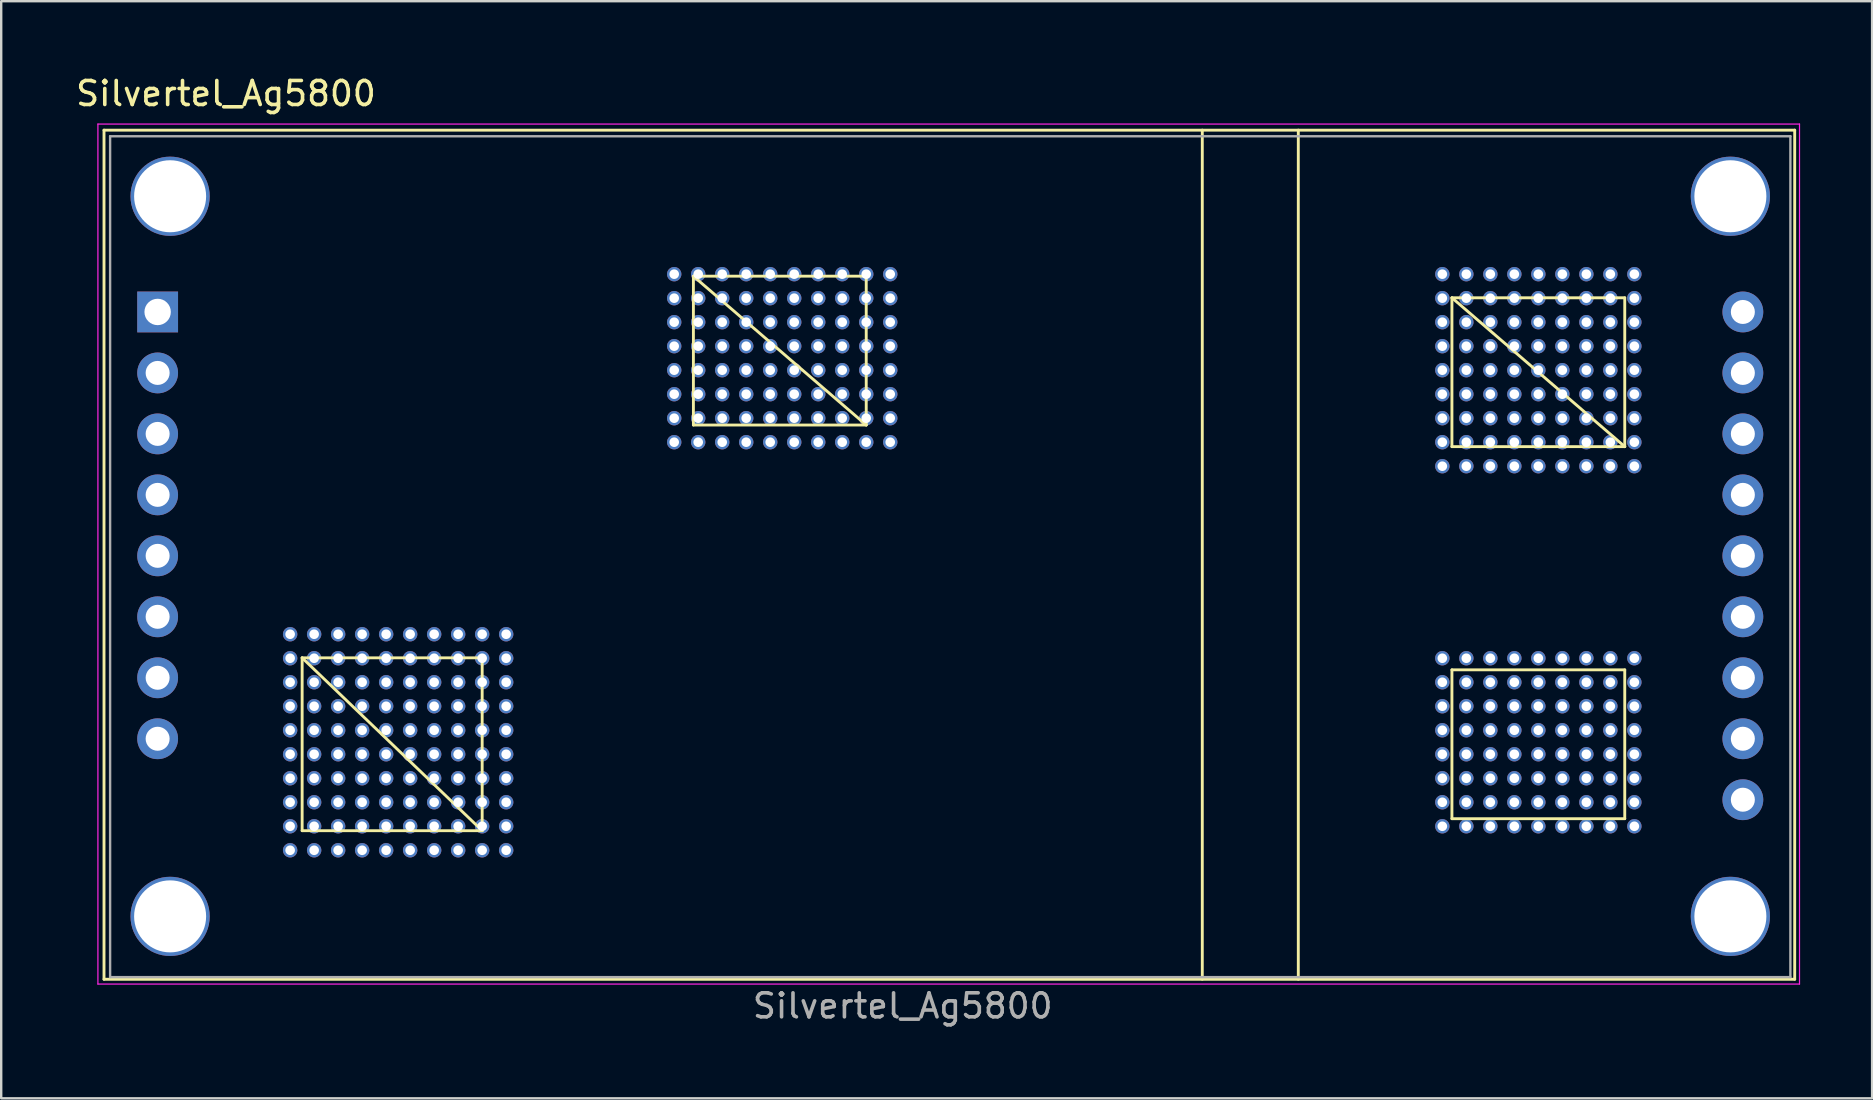
<source format=kicad_pcb>
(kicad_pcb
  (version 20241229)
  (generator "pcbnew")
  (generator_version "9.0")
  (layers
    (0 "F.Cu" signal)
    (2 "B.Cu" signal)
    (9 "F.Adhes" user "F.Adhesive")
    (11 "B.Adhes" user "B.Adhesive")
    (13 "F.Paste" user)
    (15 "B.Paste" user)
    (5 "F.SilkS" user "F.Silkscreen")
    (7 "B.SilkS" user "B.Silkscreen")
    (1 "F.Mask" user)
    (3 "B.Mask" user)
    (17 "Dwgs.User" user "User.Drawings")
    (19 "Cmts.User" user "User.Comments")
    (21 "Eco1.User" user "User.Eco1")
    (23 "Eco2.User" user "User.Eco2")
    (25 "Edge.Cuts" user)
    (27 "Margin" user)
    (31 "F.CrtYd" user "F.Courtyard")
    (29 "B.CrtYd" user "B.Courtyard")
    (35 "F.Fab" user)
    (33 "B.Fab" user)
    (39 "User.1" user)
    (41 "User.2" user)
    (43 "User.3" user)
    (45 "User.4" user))
  (footprint "Silvertel_Ag5800"
    (layer "F.Cu")
    (at 1.537 2.626)
    (property "Reference" "Silvertel_Ag5800" (at 4.826 -1.778 0) (layer "F.SilkS") (effects (font (size 1 1) (thickness 0.15))))
    (attr through_hole)
    (fp_line (start -0.254 -0.254) (end -0.254 35.12) (stroke (width 0.12) (type solid)) (layer "F.SilkS"))
    (fp_line (start -0.254 -0.254) (end 70.18 -0.254) (stroke (width 0.12) (type solid)) (layer "F.SilkS"))
    (fp_line (start -0.254 35.12) (end 70.18 35.12) (stroke (width 0.12) (type solid)) (layer "F.SilkS"))
    (fp_line (start 8 21.73) (end 15.5 21.73) (stroke (width 0.12) (type solid)) (layer "F.SilkS"))
    (fp_line (start 8 21.73) (end 15.5 28.93) (stroke (width 0.12) (type solid)) (layer "F.SilkS"))
    (fp_line (start 8 28.93) (end 8 21.73) (stroke (width 0.12) (type solid)) (layer "F.SilkS"))
    (fp_line (start 15.5 28.93) (end 8 28.93) (stroke (width 0.12) (type solid)) (layer "F.SilkS"))
    (fp_line (start 15.5 28.93) (end 15.5 21.73) (stroke (width 0.12) (type solid)) (layer "F.SilkS"))
    (fp_line (start 24.3 5.83) (end 31.5 5.83) (stroke (width 0.12) (type solid)) (layer "F.SilkS"))
    (fp_line (start 24.3 5.83) (end 31.5 12.03) (stroke (width 0.12) (type solid)) (layer "F.SilkS"))
    (fp_line (start 24.3 12.03) (end 24.3 5.83) (stroke (width 0.12) (type solid)) (layer "F.SilkS"))
    (fp_line (start 24.3 12.03) (end 31.5 12.03) (stroke (width 0.12) (type solid)) (layer "F.SilkS"))
    (fp_line (start 31.5 12.03) (end 31.5 5.83) (stroke (width 0.12) (type solid)) (layer "F.SilkS"))
    (fp_line (start 45.5 -0.254) (end 45.5 35.12) (stroke (width 0.12) (type solid)) (layer "F.SilkS"))
    (fp_line (start 49.5 -0.254) (end 49.5 35.12) (stroke (width 0.12) (type solid)) (layer "F.SilkS"))
    (fp_line (start 55.9 6.73) (end 63.1 6.73) (stroke (width 0.12) (type solid)) (layer "F.SilkS"))
    (fp_line (start 55.9 6.73) (end 63.1 12.93) (stroke (width 0.12) (type solid)) (layer "F.SilkS"))
    (fp_line (start 55.9 12.93) (end 55.9 6.73) (stroke (width 0.12) (type solid)) (layer "F.SilkS"))
    (fp_line (start 55.9 22.23) (end 63.1 22.23) (stroke (width 0.12) (type solid)) (layer "F.SilkS"))
    (fp_line (start 55.9 28.43) (end 55.9 22.23) (stroke (width 0.12) (type solid)) (layer "F.SilkS"))
    (fp_line (start 63.1 6.73) (end 63.1 12.93) (stroke (width 0.12) (type solid)) (layer "F.SilkS"))
    (fp_line (start 63.1 12.93) (end 55.9 12.93) (stroke (width 0.12) (type solid)) (layer "F.SilkS"))
    (fp_line (start 63.1 22.23) (end 63.1 28.43) (stroke (width 0.12) (type solid)) (layer "F.SilkS"))
    (fp_line (start 63.1 28.43) (end 55.9 28.43) (stroke (width 0.12) (type solid)) (layer "F.SilkS"))
    (fp_line (start 70.18 -0.254) (end 70.18 35.12) (stroke (width 0.12) (type solid)) (layer "F.SilkS"))
    (fp_line (start -0.508 -0.508) (end -0.508 35.32) (stroke (width 0.05) (type solid)) (layer "F.CrtYd"))
    (fp_line (start -0.508 -0.508) (end 70.38 -0.508) (stroke (width 0.05) (type solid)) (layer "F.CrtYd"))
    (fp_line (start -0.508 35.32) (end 70.38 35.32) (stroke (width 0.05) (type solid)) (layer "F.CrtYd"))
    (fp_line (start 70.38 -0.508) (end 70.38 35.32) (stroke (width 0.05) (type solid)) (layer "F.CrtYd"))
    (fp_line (start 0 35.03) (end 0 0) (stroke (width 0.1) (type solid)) (layer "F.Fab"))
    (fp_line (start 70 0) (end 0 0) (stroke (width 0.1) (type solid)) (layer "F.Fab"))
    (fp_line (start 70 0) (end 70 35.03) (stroke (width 0.1) (type solid)) (layer "F.Fab"))
    (fp_line (start 70 35.03) (end 0 35.03) (stroke (width 0.1) (type solid)) (layer "F.Fab"))
    (fp_text user "${REFERENCE}" (at 33.02 36.23 0) (layer "F.Fab") (effects (font (size 1 1) (thickness 0.15))))
    (pad "" np_thru_hole circle (at 2.5 2.5) (size 3.3 3.3) (drill 3) (layers "*.Cu" "*.Mask"))
    (pad "" np_thru_hole circle (at 2.5 32.5) (size 3.3 3.3) (drill 3) (layers "*.Cu" "*.Mask"))
    (pad "" np_thru_hole circle (at 67.5 2.5) (size 3.3 3.3) (drill 3) (layers "*.Cu" "*.Mask"))
    (pad "" np_thru_hole circle (at 67.5 32.5) (size 3.3 3.3) (drill 3) (layers "*.Cu" "*.Mask"))
    (pad "1" thru_hole rect (at 1.98 7.32) (size 1.7 1.7) (drill 1.1) (layers "*.Cu" "*.Mask"))
    (pad "2" thru_hole circle (at 1.98 9.86) (size 1.7 1.7) (drill 1) (layers "*.Cu" "*.Mask"))
    (pad "3" thru_hole circle (at 1.98 12.4) (size 1.7 1.7) (drill 1) (layers "*.Cu" "*.Mask"))
    (pad "4" thru_hole circle (at 1.98 14.94) (size 1.7 1.7) (drill 1) (layers "*.Cu" "*.Mask"))
    (pad "5" thru_hole circle (at 1.98 17.48) (size 1.7 1.7) (drill 1) (layers "*.Cu" "*.Mask"))
    (pad "6" thru_hole circle (at 1.98 20.02) (size 1.7 1.7) (drill 1) (layers "*.Cu" "*.Mask"))
    (pad "7" thru_hole circle (at 1.98 22.56) (size 1.7 1.7) (drill 1) (layers "*.Cu" "*.Mask"))
    (pad "8" thru_hole circle (at 1.98 25.1) (size 1.7 1.7) (drill 1) (layers "*.Cu" "*.Mask"))
    (pad "9" thru_hole circle (at 68.02 27.64) (size 1.7 1.7) (drill 1) (layers "*.Cu" "*.Mask"))
    (pad "10" thru_hole circle (at 68.02 25.1) (size 1.7 1.7) (drill 1) (layers "*.Cu" "*.Mask"))
    (pad "11" thru_hole circle (at 68.02 22.56) (size 1.7 1.7) (drill 1) (layers "*.Cu" "*.Mask"))
    (pad "12" thru_hole circle (at 68.02 20.02) (size 1.7 1.7) (drill 1) (layers "*.Cu" "*.Mask"))
    (pad "13" thru_hole circle (at 68.02 17.48) (size 1.7 1.7) (drill 1) (layers "*.Cu" "*.Mask"))
    (pad "14" thru_hole circle (at 68.02 14.94) (size 1.7 1.7) (drill 1) (layers "*.Cu" "*.Mask"))
    (pad "15" thru_hole circle (at 68.02 12.4) (size 1.7 1.7) (drill 1) (layers "*.Cu" "*.Mask"))
    (pad "16" thru_hole circle (at 68.02 9.86) (size 1.7 1.7) (drill 1) (layers "*.Cu" "*.Mask"))
    (pad "17" thru_hole circle (at 68.02 7.32) (size 1.7 1.7) (drill 1) (layers "*.Cu" "*.Mask"))
    (pad "HSI" thru_hole circle (at 7.5 20.746) (size 0.6 0.6) (drill 0.4) (layers "*.Cu" "*.Mask"))
    (pad "HSI" thru_hole circle (at 7.5 21.746) (size 0.6 0.6) (drill 0.4) (layers "*.Cu" "*.Mask"))
    (pad "HSI" thru_hole circle (at 7.5 22.746) (size 0.6 0.6) (drill 0.4) (layers "*.Cu" "*.Mask"))
    (pad "HSI" thru_hole circle (at 7.5 23.746) (size 0.6 0.6) (drill 0.4) (layers "*.Cu" "*.Mask"))
    (pad "HSI" thru_hole circle (at 7.5 24.746) (size 0.6 0.6) (drill 0.4) (layers "*.Cu" "*.Mask"))
    (pad "HSI" thru_hole circle (at 7.5 25.746) (size 0.6 0.6) (drill 0.4) (layers "*.Cu" "*.Mask"))
    (pad "HSI" thru_hole circle (at 7.5 26.746) (size 0.6 0.6) (drill 0.4) (layers "*.Cu" "*.Mask"))
    (pad "HSI" thru_hole circle (at 7.5 27.746) (size 0.6 0.6) (drill 0.4) (layers "*.Cu" "*.Mask"))
    (pad "HSI" thru_hole circle (at 7.5 28.746) (size 0.6 0.6) (drill 0.4) (layers "*.Cu" "*.Mask"))
    (pad "HSI" thru_hole circle (at 7.5 29.746) (size 0.6 0.6) (drill 0.4) (layers "*.Cu" "*.Mask"))
    (pad "HSI" thru_hole circle (at 8.5 20.746) (size 0.6 0.6) (drill 0.4) (layers "*.Cu" "*.Mask"))
    (pad "HSI" thru_hole circle (at 8.5 21.746) (size 0.6 0.6) (drill 0.4) (layers "*.Cu" "*.Mask"))
    (pad "HSI" thru_hole circle (at 8.5 22.746) (size 0.6 0.6) (drill 0.4) (layers "*.Cu" "*.Mask"))
    (pad "HSI" thru_hole circle (at 8.5 23.746) (size 0.6 0.6) (drill 0.4) (layers "*.Cu" "*.Mask"))
    (pad "HSI" thru_hole circle (at 8.5 24.746) (size 0.6 0.6) (drill 0.4) (layers "*.Cu" "*.Mask"))
    (pad "HSI" thru_hole circle (at 8.5 25.746) (size 0.6 0.6) (drill 0.4) (layers "*.Cu" "*.Mask"))
    (pad "HSI" thru_hole circle (at 8.5 26.746) (size 0.6 0.6) (drill 0.4) (layers "*.Cu" "*.Mask"))
    (pad "HSI" thru_hole circle (at 8.5 27.746) (size 0.6 0.6) (drill 0.4) (layers "*.Cu" "*.Mask"))
    (pad "HSI" thru_hole circle (at 8.5 28.746) (size 0.6 0.6) (drill 0.4) (layers "*.Cu" "*.Mask"))
    (pad "HSI" thru_hole circle (at 8.5 29.746) (size 0.6 0.6) (drill 0.4) (layers "*.Cu" "*.Mask"))
    (pad "HSI" thru_hole circle (at 9.5 20.746) (size 0.6 0.6) (drill 0.4) (layers "*.Cu" "*.Mask"))
    (pad "HSI" thru_hole circle (at 9.5 21.746) (size 0.6 0.6) (drill 0.4) (layers "*.Cu" "*.Mask"))
    (pad "HSI" thru_hole circle (at 9.5 22.746) (size 0.6 0.6) (drill 0.4) (layers "*.Cu" "*.Mask"))
    (pad "HSI" thru_hole circle (at 9.5 23.746) (size 0.6 0.6) (drill 0.4) (layers "*.Cu" "*.Mask"))
    (pad "HSI" thru_hole circle (at 9.5 24.746) (size 0.6 0.6) (drill 0.4) (layers "*.Cu" "*.Mask"))
    (pad "HSI" thru_hole circle (at 9.5 25.746) (size 0.6 0.6) (drill 0.4) (layers "*.Cu" "*.Mask"))
    (pad "HSI" thru_hole circle (at 9.5 26.746) (size 0.6 0.6) (drill 0.4) (layers "*.Cu" "*.Mask"))
    (pad "HSI" thru_hole circle (at 9.5 27.746) (size 0.6 0.6) (drill 0.4) (layers "*.Cu" "*.Mask"))
    (pad "HSI" thru_hole circle (at 9.5 28.746) (size 0.6 0.6) (drill 0.4) (layers "*.Cu" "*.Mask"))
    (pad "HSI" thru_hole circle (at 9.5 29.746) (size 0.6 0.6) (drill 0.4) (layers "*.Cu" "*.Mask"))
    (pad "HSI" thru_hole circle (at 10.5 20.746) (size 0.6 0.6) (drill 0.4) (layers "*.Cu" "*.Mask"))
    (pad "HSI" thru_hole circle (at 10.5 21.746) (size 0.6 0.6) (drill 0.4) (layers "*.Cu" "*.Mask"))
    (pad "HSI" thru_hole circle (at 10.5 22.746) (size 0.6 0.6) (drill 0.4) (layers "*.Cu" "*.Mask"))
    (pad "HSI" thru_hole circle (at 10.5 23.746) (size 0.6 0.6) (drill 0.4) (layers "*.Cu" "*.Mask"))
    (pad "HSI" thru_hole circle (at 10.5 24.746) (size 0.6 0.6) (drill 0.4) (layers "*.Cu" "*.Mask"))
    (pad "HSI" thru_hole circle (at 10.5 25.746) (size 0.6 0.6) (drill 0.4) (layers "*.Cu" "*.Mask"))
    (pad "HSI" thru_hole circle (at 10.5 26.746) (size 0.6 0.6) (drill 0.4) (layers "*.Cu" "*.Mask"))
    (pad "HSI" thru_hole circle (at 10.5 27.746) (size 0.6 0.6) (drill 0.4) (layers "*.Cu" "*.Mask"))
    (pad "HSI" thru_hole circle (at 10.5 28.746) (size 0.6 0.6) (drill 0.4) (layers "*.Cu" "*.Mask"))
    (pad "HSI" thru_hole circle (at 10.5 29.746) (size 0.6 0.6) (drill 0.4) (layers "*.Cu" "*.Mask"))
    (pad "HSI" thru_hole circle (at 11.5 20.746) (size 0.6 0.6) (drill 0.4) (layers "*.Cu" "*.Mask"))
    (pad "HSI" thru_hole circle (at 11.5 21.746) (size 0.6 0.6) (drill 0.4) (layers "*.Cu" "*.Mask"))
    (pad "HSI" thru_hole circle (at 11.5 22.746) (size 0.6 0.6) (drill 0.4) (layers "*.Cu" "*.Mask"))
    (pad "HSI" thru_hole circle (at 11.5 23.746) (size 0.6 0.6) (drill 0.4) (layers "*.Cu" "*.Mask"))
    (pad "HSI" thru_hole circle (at 11.5 24.746) (size 0.6 0.6) (drill 0.4) (layers "*.Cu" "*.Mask"))
    (pad "HSI" thru_hole circle (at 11.5 25.746) (size 0.6 0.6) (drill 0.4) (layers "*.Cu" "*.Mask"))
    (pad "HSI" thru_hole circle (at 11.5 26.746) (size 0.6 0.6) (drill 0.4) (layers "*.Cu" "*.Mask"))
    (pad "HSI" thru_hole circle (at 11.5 27.746) (size 0.6 0.6) (drill 0.4) (layers "*.Cu" "*.Mask"))
    (pad "HSI" thru_hole circle (at 11.5 28.746) (size 0.6 0.6) (drill 0.4) (layers "*.Cu" "*.Mask"))
    (pad "HSI" thru_hole circle (at 11.5 29.746) (size 0.6 0.6) (drill 0.4) (layers "*.Cu" "*.Mask"))
    (pad "HSI" thru_hole circle (at 12.5 20.746) (size 0.6 0.6) (drill 0.4) (layers "*.Cu" "*.Mask"))
    (pad "HSI" thru_hole circle (at 12.5 21.746) (size 0.6 0.6) (drill 0.4) (layers "*.Cu" "*.Mask"))
    (pad "HSI" thru_hole circle (at 12.5 22.746) (size 0.6 0.6) (drill 0.4) (layers "*.Cu" "*.Mask"))
    (pad "HSI" thru_hole circle (at 12.5 23.746) (size 0.6 0.6) (drill 0.4) (layers "*.Cu" "*.Mask"))
    (pad "HSI" thru_hole circle (at 12.5 24.746) (size 0.6 0.6) (drill 0.4) (layers "*.Cu" "*.Mask"))
    (pad "HSI" thru_hole circle (at 12.5 25.746) (size 0.6 0.6) (drill 0.4) (layers "*.Cu" "*.Mask"))
    (pad "HSI" thru_hole circle (at 12.5 26.746) (size 0.6 0.6) (drill 0.4) (layers "*.Cu" "*.Mask"))
    (pad "HSI" thru_hole circle (at 12.5 27.746) (size 0.6 0.6) (drill 0.4) (layers "*.Cu" "*.Mask"))
    (pad "HSI" thru_hole circle (at 12.5 28.746) (size 0.6 0.6) (drill 0.4) (layers "*.Cu" "*.Mask"))
    (pad "HSI" thru_hole circle (at 12.5 29.746) (size 0.6 0.6) (drill 0.4) (layers "*.Cu" "*.Mask"))
    (pad "HSI" thru_hole circle (at 13.5 20.746) (size 0.6 0.6) (drill 0.4) (layers "*.Cu" "*.Mask"))
    (pad "HSI" thru_hole circle (at 13.5 21.746) (size 0.6 0.6) (drill 0.4) (layers "*.Cu" "*.Mask"))
    (pad "HSI" thru_hole circle (at 13.5 22.746) (size 0.6 0.6) (drill 0.4) (layers "*.Cu" "*.Mask"))
    (pad "HSI" thru_hole circle (at 13.5 23.746) (size 0.6 0.6) (drill 0.4) (layers "*.Cu" "*.Mask"))
    (pad "HSI" thru_hole circle (at 13.5 24.746) (size 0.6 0.6) (drill 0.4) (layers "*.Cu" "*.Mask"))
    (pad "HSI" thru_hole circle (at 13.5 25.746) (size 0.6 0.6) (drill 0.4) (layers "*.Cu" "*.Mask"))
    (pad "HSI" thru_hole circle (at 13.5 26.746) (size 0.6 0.6) (drill 0.4) (layers "*.Cu" "*.Mask"))
    (pad "HSI" thru_hole circle (at 13.5 27.746) (size 0.6 0.6) (drill 0.4) (layers "*.Cu" "*.Mask"))
    (pad "HSI" thru_hole circle (at 13.5 28.746) (size 0.6 0.6) (drill 0.4) (layers "*.Cu" "*.Mask"))
    (pad "HSI" thru_hole circle (at 13.5 29.746) (size 0.6 0.6) (drill 0.4) (layers "*.Cu" "*.Mask"))
    (pad "HSI" thru_hole circle (at 14.5 20.746) (size 0.6 0.6) (drill 0.4) (layers "*.Cu" "*.Mask"))
    (pad "HSI" thru_hole circle (at 14.5 21.746) (size 0.6 0.6) (drill 0.4) (layers "*.Cu" "*.Mask"))
    (pad "HSI" thru_hole circle (at 14.5 22.746) (size 0.6 0.6) (drill 0.4) (layers "*.Cu" "*.Mask"))
    (pad "HSI" thru_hole circle (at 14.5 23.746) (size 0.6 0.6) (drill 0.4) (layers "*.Cu" "*.Mask"))
    (pad "HSI" thru_hole circle (at 14.5 24.746) (size 0.6 0.6) (drill 0.4) (layers "*.Cu" "*.Mask"))
    (pad "HSI" thru_hole circle (at 14.5 25.746) (size 0.6 0.6) (drill 0.4) (layers "*.Cu" "*.Mask"))
    (pad "HSI" thru_hole circle (at 14.5 26.746) (size 0.6 0.6) (drill 0.4) (layers "*.Cu" "*.Mask"))
    (pad "HSI" thru_hole circle (at 14.5 27.746) (size 0.6 0.6) (drill 0.4) (layers "*.Cu" "*.Mask"))
    (pad "HSI" thru_hole circle (at 14.5 28.746) (size 0.6 0.6) (drill 0.4) (layers "*.Cu" "*.Mask"))
    (pad "HSI" thru_hole circle (at 14.5 29.746) (size 0.6 0.6) (drill 0.4) (layers "*.Cu" "*.Mask"))
    (pad "HSI" thru_hole circle (at 15.5 20.746) (size 0.6 0.6) (drill 0.4) (layers "*.Cu" "*.Mask"))
    (pad "HSI" thru_hole circle (at 15.5 21.746) (size 0.6 0.6) (drill 0.4) (layers "*.Cu" "*.Mask"))
    (pad "HSI" thru_hole circle (at 15.5 22.746) (size 0.6 0.6) (drill 0.4) (layers "*.Cu" "*.Mask"))
    (pad "HSI" thru_hole circle (at 15.5 23.746) (size 0.6 0.6) (drill 0.4) (layers "*.Cu" "*.Mask"))
    (pad "HSI" thru_hole circle (at 15.5 24.746) (size 0.6 0.6) (drill 0.4) (layers "*.Cu" "*.Mask"))
    (pad "HSI" thru_hole circle (at 15.5 25.746) (size 0.6 0.6) (drill 0.4) (layers "*.Cu" "*.Mask"))
    (pad "HSI" thru_hole circle (at 15.5 26.746) (size 0.6 0.6) (drill 0.4) (layers "*.Cu" "*.Mask"))
    (pad "HSI" thru_hole circle (at 15.5 27.746) (size 0.6 0.6) (drill 0.4) (layers "*.Cu" "*.Mask"))
    (pad "HSI" thru_hole circle (at 15.5 28.746) (size 0.6 0.6) (drill 0.4) (layers "*.Cu" "*.Mask"))
    (pad "HSI" thru_hole circle (at 15.5 29.746) (size 0.6 0.6) (drill 0.4) (layers "*.Cu" "*.Mask"))
    (pad "HSI" thru_hole circle (at 16.5 20.746) (size 0.6 0.6) (drill 0.4) (layers "*.Cu" "*.Mask"))
    (pad "HSI" thru_hole circle (at 16.5 21.746) (size 0.6 0.6) (drill 0.4) (layers "*.Cu" "*.Mask"))
    (pad "HSI" thru_hole circle (at 16.5 22.746) (size 0.6 0.6) (drill 0.4) (layers "*.Cu" "*.Mask"))
    (pad "HSI" thru_hole circle (at 16.5 23.746) (size 0.6 0.6) (drill 0.4) (layers "*.Cu" "*.Mask"))
    (pad "HSI" thru_hole circle (at 16.5 24.746) (size 0.6 0.6) (drill 0.4) (layers "*.Cu" "*.Mask"))
    (pad "HSI" thru_hole circle (at 16.5 25.746) (size 0.6 0.6) (drill 0.4) (layers "*.Cu" "*.Mask"))
    (pad "HSI" thru_hole circle (at 16.5 26.746) (size 0.6 0.6) (drill 0.4) (layers "*.Cu" "*.Mask"))
    (pad "HSI" thru_hole circle (at 16.5 27.746) (size 0.6 0.6) (drill 0.4) (layers "*.Cu" "*.Mask"))
    (pad "HSI" thru_hole circle (at 16.5 28.746) (size 0.6 0.6) (drill 0.4) (layers "*.Cu" "*.Mask"))
    (pad "HSI" thru_hole circle (at 16.5 29.746) (size 0.6 0.6) (drill 0.4) (layers "*.Cu" "*.Mask"))
    (pad "HSI" thru_hole circle (at 23.5 5.746) (size 0.6 0.6) (drill 0.4) (layers "*.Cu" "*.Mask"))
    (pad "HSI" thru_hole circle (at 23.5 6.746) (size 0.6 0.6) (drill 0.4) (layers "*.Cu" "*.Mask"))
    (pad "HSI" thru_hole circle (at 23.5 7.746) (size 0.6 0.6) (drill 0.4) (layers "*.Cu" "*.Mask"))
    (pad "HSI" thru_hole circle (at 23.5 8.746) (size 0.6 0.6) (drill 0.4) (layers "*.Cu" "*.Mask"))
    (pad "HSI" thru_hole circle (at 23.5 9.746) (size 0.6 0.6) (drill 0.4) (layers "*.Cu" "*.Mask"))
    (pad "HSI" thru_hole circle (at 23.5 10.746) (size 0.6 0.6) (drill 0.4) (layers "*.Cu" "*.Mask"))
    (pad "HSI" thru_hole circle (at 23.5 11.746) (size 0.6 0.6) (drill 0.4) (layers "*.Cu" "*.Mask"))
    (pad "HSI" thru_hole circle (at 23.5 12.746) (size 0.6 0.6) (drill 0.4) (layers "*.Cu" "*.Mask"))
    (pad "HSI" thru_hole circle (at 24.5 5.746) (size 0.6 0.6) (drill 0.4) (layers "*.Cu" "*.Mask"))
    (pad "HSI" thru_hole circle (at 24.5 6.746) (size 0.6 0.6) (drill 0.4) (layers "*.Cu" "*.Mask"))
    (pad "HSI" thru_hole circle (at 24.5 7.746) (size 0.6 0.6) (drill 0.4) (layers "*.Cu" "*.Mask"))
    (pad "HSI" thru_hole circle (at 24.5 8.746) (size 0.6 0.6) (drill 0.4) (layers "*.Cu" "*.Mask"))
    (pad "HSI" thru_hole circle (at 24.5 9.746) (size 0.6 0.6) (drill 0.4) (layers "*.Cu" "*.Mask"))
    (pad "HSI" thru_hole circle (at 24.5 10.746) (size 0.6 0.6) (drill 0.4) (layers "*.Cu" "*.Mask"))
    (pad "HSI" thru_hole circle (at 24.5 11.746) (size 0.6 0.6) (drill 0.4) (layers "*.Cu" "*.Mask"))
    (pad "HSI" thru_hole circle (at 24.5 12.746) (size 0.6 0.6) (drill 0.4) (layers "*.Cu" "*.Mask"))
    (pad "HSI" thru_hole circle (at 25.5 5.746) (size 0.6 0.6) (drill 0.4) (layers "*.Cu" "*.Mask"))
    (pad "HSI" thru_hole circle (at 25.5 6.746) (size 0.6 0.6) (drill 0.4) (layers "*.Cu" "*.Mask"))
    (pad "HSI" thru_hole circle (at 25.5 7.746) (size 0.6 0.6) (drill 0.4) (layers "*.Cu" "*.Mask"))
    (pad "HSI" thru_hole circle (at 25.5 8.746) (size 0.6 0.6) (drill 0.4) (layers "*.Cu" "*.Mask"))
    (pad "HSI" thru_hole circle (at 25.5 9.746) (size 0.6 0.6) (drill 0.4) (layers "*.Cu" "*.Mask"))
    (pad "HSI" thru_hole circle (at 25.5 10.746) (size 0.6 0.6) (drill 0.4) (layers "*.Cu" "*.Mask"))
    (pad "HSI" thru_hole circle (at 25.5 11.746) (size 0.6 0.6) (drill 0.4) (layers "*.Cu" "*.Mask"))
    (pad "HSI" thru_hole circle (at 25.5 12.746) (size 0.6 0.6) (drill 0.4) (layers "*.Cu" "*.Mask"))
    (pad "HSI" thru_hole circle (at 26.5 5.746) (size 0.6 0.6) (drill 0.4) (layers "*.Cu" "*.Mask"))
    (pad "HSI" thru_hole circle (at 26.5 6.746) (size 0.6 0.6) (drill 0.4) (layers "*.Cu" "*.Mask"))
    (pad "HSI" thru_hole circle (at 26.5 7.746) (size 0.6 0.6) (drill 0.4) (layers "*.Cu" "*.Mask"))
    (pad "HSI" thru_hole circle (at 26.5 8.746) (size 0.6 0.6) (drill 0.4) (layers "*.Cu" "*.Mask"))
    (pad "HSI" thru_hole circle (at 26.5 9.746) (size 0.6 0.6) (drill 0.4) (layers "*.Cu" "*.Mask"))
    (pad "HSI" thru_hole circle (at 26.5 10.746) (size 0.6 0.6) (drill 0.4) (layers "*.Cu" "*.Mask"))
    (pad "HSI" thru_hole circle (at 26.5 11.746) (size 0.6 0.6) (drill 0.4) (layers "*.Cu" "*.Mask"))
    (pad "HSI" thru_hole circle (at 26.5 12.746) (size 0.6 0.6) (drill 0.4) (layers "*.Cu" "*.Mask"))
    (pad "HSI" thru_hole circle (at 27.5 5.746) (size 0.6 0.6) (drill 0.4) (layers "*.Cu" "*.Mask"))
    (pad "HSI" thru_hole circle (at 27.5 6.746) (size 0.6 0.6) (drill 0.4) (layers "*.Cu" "*.Mask"))
    (pad "HSI" thru_hole circle (at 27.5 7.746) (size 0.6 0.6) (drill 0.4) (layers "*.Cu" "*.Mask"))
    (pad "HSI" thru_hole circle (at 27.5 8.746) (size 0.6 0.6) (drill 0.4) (layers "*.Cu" "*.Mask"))
    (pad "HSI" thru_hole circle (at 27.5 9.746) (size 0.6 0.6) (drill 0.4) (layers "*.Cu" "*.Mask"))
    (pad "HSI" thru_hole circle (at 27.5 10.746) (size 0.6 0.6) (drill 0.4) (layers "*.Cu" "*.Mask"))
    (pad "HSI" thru_hole circle (at 27.5 11.746) (size 0.6 0.6) (drill 0.4) (layers "*.Cu" "*.Mask"))
    (pad "HSI" thru_hole circle (at 27.5 12.746) (size 0.6 0.6) (drill 0.4) (layers "*.Cu" "*.Mask"))
    (pad "HSI" thru_hole circle (at 28.5 5.746) (size 0.6 0.6) (drill 0.4) (layers "*.Cu" "*.Mask"))
    (pad "HSI" thru_hole circle (at 28.5 6.746) (size 0.6 0.6) (drill 0.4) (layers "*.Cu" "*.Mask"))
    (pad "HSI" thru_hole circle (at 28.5 7.746) (size 0.6 0.6) (drill 0.4) (layers "*.Cu" "*.Mask"))
    (pad "HSI" thru_hole circle (at 28.5 8.746) (size 0.6 0.6) (drill 0.4) (layers "*.Cu" "*.Mask"))
    (pad "HSI" thru_hole circle (at 28.5 9.746) (size 0.6 0.6) (drill 0.4) (layers "*.Cu" "*.Mask"))
    (pad "HSI" thru_hole circle (at 28.5 10.746) (size 0.6 0.6) (drill 0.4) (layers "*.Cu" "*.Mask"))
    (pad "HSI" thru_hole circle (at 28.5 11.746) (size 0.6 0.6) (drill 0.4) (layers "*.Cu" "*.Mask"))
    (pad "HSI" thru_hole circle (at 28.5 12.746) (size 0.6 0.6) (drill 0.4) (layers "*.Cu" "*.Mask"))
    (pad "HSI" thru_hole circle (at 29.5 5.746) (size 0.6 0.6) (drill 0.4) (layers "*.Cu" "*.Mask"))
    (pad "HSI" thru_hole circle (at 29.5 6.746) (size 0.6 0.6) (drill 0.4) (layers "*.Cu" "*.Mask"))
    (pad "HSI" thru_hole circle (at 29.5 7.746) (size 0.6 0.6) (drill 0.4) (layers "*.Cu" "*.Mask"))
    (pad "HSI" thru_hole circle (at 29.5 8.746) (size 0.6 0.6) (drill 0.4) (layers "*.Cu" "*.Mask"))
    (pad "HSI" thru_hole circle (at 29.5 9.746) (size 0.6 0.6) (drill 0.4) (layers "*.Cu" "*.Mask"))
    (pad "HSI" thru_hole circle (at 29.5 10.746) (size 0.6 0.6) (drill 0.4) (layers "*.Cu" "*.Mask"))
    (pad "HSI" thru_hole circle (at 29.5 11.746) (size 0.6 0.6) (drill 0.4) (layers "*.Cu" "*.Mask"))
    (pad "HSI" thru_hole circle (at 29.5 12.746) (size 0.6 0.6) (drill 0.4) (layers "*.Cu" "*.Mask"))
    (pad "HSI" thru_hole circle (at 30.5 5.746) (size 0.6 0.6) (drill 0.4) (layers "*.Cu" "*.Mask"))
    (pad "HSI" thru_hole circle (at 30.5 6.746) (size 0.6 0.6) (drill 0.4) (layers "*.Cu" "*.Mask"))
    (pad "HSI" thru_hole circle (at 30.5 7.746) (size 0.6 0.6) (drill 0.4) (layers "*.Cu" "*.Mask"))
    (pad "HSI" thru_hole circle (at 30.5 8.746) (size 0.6 0.6) (drill 0.4) (layers "*.Cu" "*.Mask"))
    (pad "HSI" thru_hole circle (at 30.5 9.746) (size 0.6 0.6) (drill 0.4) (layers "*.Cu" "*.Mask"))
    (pad "HSI" thru_hole circle (at 30.5 10.746) (size 0.6 0.6) (drill 0.4) (layers "*.Cu" "*.Mask"))
    (pad "HSI" thru_hole circle (at 30.5 11.746) (size 0.6 0.6) (drill 0.4) (layers "*.Cu" "*.Mask"))
    (pad "HSI" thru_hole circle (at 30.5 12.746) (size 0.6 0.6) (drill 0.4) (layers "*.Cu" "*.Mask"))
    (pad "HSI" thru_hole circle (at 31.5 5.746) (size 0.6 0.6) (drill 0.4) (layers "*.Cu" "*.Mask"))
    (pad "HSI" thru_hole circle (at 31.5 6.746) (size 0.6 0.6) (drill 0.4) (layers "*.Cu" "*.Mask"))
    (pad "HSI" thru_hole circle (at 31.5 7.746) (size 0.6 0.6) (drill 0.4) (layers "*.Cu" "*.Mask"))
    (pad "HSI" thru_hole circle (at 31.5 8.746) (size 0.6 0.6) (drill 0.4) (layers "*.Cu" "*.Mask"))
    (pad "HSI" thru_hole circle (at 31.5 9.746) (size 0.6 0.6) (drill 0.4) (layers "*.Cu" "*.Mask"))
    (pad "HSI" thru_hole circle (at 31.5 10.746) (size 0.6 0.6) (drill 0.4) (layers "*.Cu" "*.Mask"))
    (pad "HSI" thru_hole circle (at 31.5 11.746) (size 0.6 0.6) (drill 0.4) (layers "*.Cu" "*.Mask"))
    (pad "HSI" thru_hole circle (at 31.5 12.746) (size 0.6 0.6) (drill 0.4) (layers "*.Cu" "*.Mask"))
    (pad "HSI" thru_hole circle (at 32.5 5.746) (size 0.6 0.6) (drill 0.4) (layers "*.Cu" "*.Mask"))
    (pad "HSI" thru_hole circle (at 32.5 6.746) (size 0.6 0.6) (drill 0.4) (layers "*.Cu" "*.Mask"))
    (pad "HSI" thru_hole circle (at 32.5 7.746) (size 0.6 0.6) (drill 0.4) (layers "*.Cu" "*.Mask"))
    (pad "HSI" thru_hole circle (at 32.5 8.746) (size 0.6 0.6) (drill 0.4) (layers "*.Cu" "*.Mask"))
    (pad "HSI" thru_hole circle (at 32.5 9.746) (size 0.6 0.6) (drill 0.4) (layers "*.Cu" "*.Mask"))
    (pad "HSI" thru_hole circle (at 32.5 10.746) (size 0.6 0.6) (drill 0.4) (layers "*.Cu" "*.Mask"))
    (pad "HSI" thru_hole circle (at 32.5 11.746) (size 0.6 0.6) (drill 0.4) (layers "*.Cu" "*.Mask"))
    (pad "HSI" thru_hole circle (at 32.5 12.746) (size 0.6 0.6) (drill 0.4) (layers "*.Cu" "*.Mask"))
    (pad "HSO" thru_hole circle (at 55.5 5.746) (size 0.6 0.6) (drill 0.4) (layers "*.Cu" "*.Mask"))
    (pad "HSO" thru_hole circle (at 55.5 6.746) (size 0.6 0.6) (drill 0.4) (layers "*.Cu" "*.Mask"))
    (pad "HSO" thru_hole circle (at 55.5 7.746) (size 0.6 0.6) (drill 0.4) (layers "*.Cu" "*.Mask"))
    (pad "HSO" thru_hole circle (at 55.5 8.746) (size 0.6 0.6) (drill 0.4) (layers "*.Cu" "*.Mask"))
    (pad "HSO" thru_hole circle (at 55.5 9.746) (size 0.6 0.6) (drill 0.4) (layers "*.Cu" "*.Mask"))
    (pad "HSO" thru_hole circle (at 55.5 10.746) (size 0.6 0.6) (drill 0.4) (layers "*.Cu" "*.Mask"))
    (pad "HSO" thru_hole circle (at 55.5 11.746) (size 0.6 0.6) (drill 0.4) (layers "*.Cu" "*.Mask"))
    (pad "HSO" thru_hole circle (at 55.5 12.746) (size 0.6 0.6) (drill 0.4) (layers "*.Cu" "*.Mask"))
    (pad "HSO" thru_hole circle (at 55.5 13.746) (size 0.6 0.6) (drill 0.4) (layers "*.Cu" "*.Mask"))
    (pad "HSO" thru_hole circle (at 55.5 21.746) (size 0.6 0.6) (drill 0.4) (layers "*.Cu" "*.Mask"))
    (pad "HSO" thru_hole circle (at 55.5 22.746) (size 0.6 0.6) (drill 0.4) (layers "*.Cu" "*.Mask"))
    (pad "HSO" thru_hole circle (at 55.5 23.746) (size 0.6 0.6) (drill 0.4) (layers "*.Cu" "*.Mask"))
    (pad "HSO" thru_hole circle (at 55.5 24.746) (size 0.6 0.6) (drill 0.4) (layers "*.Cu" "*.Mask"))
    (pad "HSO" thru_hole circle (at 55.5 25.746) (size 0.6 0.6) (drill 0.4) (layers "*.Cu" "*.Mask"))
    (pad "HSO" thru_hole circle (at 55.5 26.746) (size 0.6 0.6) (drill 0.4) (layers "*.Cu" "*.Mask"))
    (pad "HSO" thru_hole circle (at 55.5 27.746) (size 0.6 0.6) (drill 0.4) (layers "*.Cu" "*.Mask"))
    (pad "HSO" thru_hole circle (at 55.5 28.746) (size 0.6 0.6) (drill 0.4) (layers "*.Cu" "*.Mask"))
    (pad "HSO" thru_hole circle (at 56.5 5.746) (size 0.6 0.6) (drill 0.4) (layers "*.Cu" "*.Mask"))
    (pad "HSO" thru_hole circle (at 56.5 6.746) (size 0.6 0.6) (drill 0.4) (layers "*.Cu" "*.Mask"))
    (pad "HSO" thru_hole circle (at 56.5 7.746) (size 0.6 0.6) (drill 0.4) (layers "*.Cu" "*.Mask"))
    (pad "HSO" thru_hole circle (at 56.5 8.746) (size 0.6 0.6) (drill 0.4) (layers "*.Cu" "*.Mask"))
    (pad "HSO" thru_hole circle (at 56.5 9.746) (size 0.6 0.6) (drill 0.4) (layers "*.Cu" "*.Mask"))
    (pad "HSO" thru_hole circle (at 56.5 10.746) (size 0.6 0.6) (drill 0.4) (layers "*.Cu" "*.Mask"))
    (pad "HSO" thru_hole circle (at 56.5 11.746) (size 0.6 0.6) (drill 0.4) (layers "*.Cu" "*.Mask"))
    (pad "HSO" thru_hole circle (at 56.5 12.746) (size 0.6 0.6) (drill 0.4) (layers "*.Cu" "*.Mask"))
    (pad "HSO" thru_hole circle (at 56.5 13.746) (size 0.6 0.6) (drill 0.4) (layers "*.Cu" "*.Mask"))
    (pad "HSO" thru_hole circle (at 56.5 21.746) (size 0.6 0.6) (drill 0.4) (layers "*.Cu" "*.Mask"))
    (pad "HSO" thru_hole circle (at 56.5 22.746) (size 0.6 0.6) (drill 0.4) (layers "*.Cu" "*.Mask"))
    (pad "HSO" thru_hole circle (at 56.5 23.746) (size 0.6 0.6) (drill 0.4) (layers "*.Cu" "*.Mask"))
    (pad "HSO" thru_hole circle (at 56.5 24.746) (size 0.6 0.6) (drill 0.4) (layers "*.Cu" "*.Mask"))
    (pad "HSO" thru_hole circle (at 56.5 25.746) (size 0.6 0.6) (drill 0.4) (layers "*.Cu" "*.Mask"))
    (pad "HSO" thru_hole circle (at 56.5 26.746) (size 0.6 0.6) (drill 0.4) (layers "*.Cu" "*.Mask"))
    (pad "HSO" thru_hole circle (at 56.5 27.746) (size 0.6 0.6) (drill 0.4) (layers "*.Cu" "*.Mask"))
    (pad "HSO" thru_hole circle (at 56.5 28.746) (size 0.6 0.6) (drill 0.4) (layers "*.Cu" "*.Mask"))
    (pad "HSO" thru_hole circle (at 57.5 5.746) (size 0.6 0.6) (drill 0.4) (layers "*.Cu" "*.Mask"))
    (pad "HSO" thru_hole circle (at 57.5 6.746) (size 0.6 0.6) (drill 0.4) (layers "*.Cu" "*.Mask"))
    (pad "HSO" thru_hole circle (at 57.5 7.746) (size 0.6 0.6) (drill 0.4) (layers "*.Cu" "*.Mask"))
    (pad "HSO" thru_hole circle (at 57.5 8.746) (size 0.6 0.6) (drill 0.4) (layers "*.Cu" "*.Mask"))
    (pad "HSO" thru_hole circle (at 57.5 9.746) (size 0.6 0.6) (drill 0.4) (layers "*.Cu" "*.Mask"))
    (pad "HSO" thru_hole circle (at 57.5 10.746) (size 0.6 0.6) (drill 0.4) (layers "*.Cu" "*.Mask"))
    (pad "HSO" thru_hole circle (at 57.5 11.746) (size 0.6 0.6) (drill 0.4) (layers "*.Cu" "*.Mask"))
    (pad "HSO" thru_hole circle (at 57.5 12.746) (size 0.6 0.6) (drill 0.4) (layers "*.Cu" "*.Mask"))
    (pad "HSO" thru_hole circle (at 57.5 13.746) (size 0.6 0.6) (drill 0.4) (layers "*.Cu" "*.Mask"))
    (pad "HSO" thru_hole circle (at 57.5 21.746) (size 0.6 0.6) (drill 0.4) (layers "*.Cu" "*.Mask"))
    (pad "HSO" thru_hole circle (at 57.5 22.746) (size 0.6 0.6) (drill 0.4) (layers "*.Cu" "*.Mask"))
    (pad "HSO" thru_hole circle (at 57.5 23.746) (size 0.6 0.6) (drill 0.4) (layers "*.Cu" "*.Mask"))
    (pad "HSO" thru_hole circle (at 57.5 24.746) (size 0.6 0.6) (drill 0.4) (layers "*.Cu" "*.Mask"))
    (pad "HSO" thru_hole circle (at 57.5 25.746) (size 0.6 0.6) (drill 0.4) (layers "*.Cu" "*.Mask"))
    (pad "HSO" thru_hole circle (at 57.5 26.746) (size 0.6 0.6) (drill 0.4) (layers "*.Cu" "*.Mask"))
    (pad "HSO" thru_hole circle (at 57.5 27.746) (size 0.6 0.6) (drill 0.4) (layers "*.Cu" "*.Mask"))
    (pad "HSO" thru_hole circle (at 57.5 28.746) (size 0.6 0.6) (drill 0.4) (layers "*.Cu" "*.Mask"))
    (pad "HSO" thru_hole circle (at 58.5 5.746) (size 0.6 0.6) (drill 0.4) (layers "*.Cu" "*.Mask"))
    (pad "HSO" thru_hole circle (at 58.5 6.746) (size 0.6 0.6) (drill 0.4) (layers "*.Cu" "*.Mask"))
    (pad "HSO" thru_hole circle (at 58.5 7.746) (size 0.6 0.6) (drill 0.4) (layers "*.Cu" "*.Mask"))
    (pad "HSO" thru_hole circle (at 58.5 8.746) (size 0.6 0.6) (drill 0.4) (layers "*.Cu" "*.Mask"))
    (pad "HSO" thru_hole circle (at 58.5 9.746) (size 0.6 0.6) (drill 0.4) (layers "*.Cu" "*.Mask"))
    (pad "HSO" thru_hole circle (at 58.5 10.746) (size 0.6 0.6) (drill 0.4) (layers "*.Cu" "*.Mask"))
    (pad "HSO" thru_hole circle (at 58.5 11.746) (size 0.6 0.6) (drill 0.4) (layers "*.Cu" "*.Mask"))
    (pad "HSO" thru_hole circle (at 58.5 12.746) (size 0.6 0.6) (drill 0.4) (layers "*.Cu" "*.Mask"))
    (pad "HSO" thru_hole circle (at 58.5 13.746) (size 0.6 0.6) (drill 0.4) (layers "*.Cu" "*.Mask"))
    (pad "HSO" thru_hole circle (at 58.5 21.746) (size 0.6 0.6) (drill 0.4) (layers "*.Cu" "*.Mask"))
    (pad "HSO" thru_hole circle (at 58.5 22.746) (size 0.6 0.6) (drill 0.4) (layers "*.Cu" "*.Mask"))
    (pad "HSO" thru_hole circle (at 58.5 23.746) (size 0.6 0.6) (drill 0.4) (layers "*.Cu" "*.Mask"))
    (pad "HSO" thru_hole circle (at 58.5 24.746) (size 0.6 0.6) (drill 0.4) (layers "*.Cu" "*.Mask"))
    (pad "HSO" thru_hole circle (at 58.5 25.746) (size 0.6 0.6) (drill 0.4) (layers "*.Cu" "*.Mask"))
    (pad "HSO" thru_hole circle (at 58.5 26.746) (size 0.6 0.6) (drill 0.4) (layers "*.Cu" "*.Mask"))
    (pad "HSO" thru_hole circle (at 58.5 27.746) (size 0.6 0.6) (drill 0.4) (layers "*.Cu" "*.Mask"))
    (pad "HSO" thru_hole circle (at 58.5 28.746) (size 0.6 0.6) (drill 0.4) (layers "*.Cu" "*.Mask"))
    (pad "HSO" thru_hole circle (at 59.5 5.746) (size 0.6 0.6) (drill 0.4) (layers "*.Cu" "*.Mask"))
    (pad "HSO" thru_hole circle (at 59.5 6.746) (size 0.6 0.6) (drill 0.4) (layers "*.Cu" "*.Mask"))
    (pad "HSO" thru_hole circle (at 59.5 7.746) (size 0.6 0.6) (drill 0.4) (layers "*.Cu" "*.Mask"))
    (pad "HSO" thru_hole circle (at 59.5 8.746) (size 0.6 0.6) (drill 0.4) (layers "*.Cu" "*.Mask"))
    (pad "HSO" thru_hole circle (at 59.5 9.746) (size 0.6 0.6) (drill 0.4) (layers "*.Cu" "*.Mask"))
    (pad "HSO" thru_hole circle (at 59.5 10.746) (size 0.6 0.6) (drill 0.4) (layers "*.Cu" "*.Mask"))
    (pad "HSO" thru_hole circle (at 59.5 11.746) (size 0.6 0.6) (drill 0.4) (layers "*.Cu" "*.Mask"))
    (pad "HSO" thru_hole circle (at 59.5 12.746) (size 0.6 0.6) (drill 0.4) (layers "*.Cu" "*.Mask"))
    (pad "HSO" thru_hole circle (at 59.5 13.746) (size 0.6 0.6) (drill 0.4) (layers "*.Cu" "*.Mask"))
    (pad "HSO" thru_hole circle (at 59.5 21.746) (size 0.6 0.6) (drill 0.4) (layers "*.Cu" "*.Mask"))
    (pad "HSO" thru_hole circle (at 59.5 22.746) (size 0.6 0.6) (drill 0.4) (layers "*.Cu" "*.Mask"))
    (pad "HSO" thru_hole circle (at 59.5 23.746) (size 0.6 0.6) (drill 0.4) (layers "*.Cu" "*.Mask"))
    (pad "HSO" thru_hole circle (at 59.5 24.746) (size 0.6 0.6) (drill 0.4) (layers "*.Cu" "*.Mask"))
    (pad "HSO" thru_hole circle (at 59.5 25.746) (size 0.6 0.6) (drill 0.4) (layers "*.Cu" "*.Mask"))
    (pad "HSO" thru_hole circle (at 59.5 26.746) (size 0.6 0.6) (drill 0.4) (layers "*.Cu" "*.Mask"))
    (pad "HSO" thru_hole circle (at 59.5 27.746) (size 0.6 0.6) (drill 0.4) (layers "*.Cu" "*.Mask"))
    (pad "HSO" thru_hole circle (at 59.5 28.746) (size 0.6 0.6) (drill 0.4) (layers "*.Cu" "*.Mask"))
    (pad "HSO" thru_hole circle (at 60.5 5.746) (size 0.6 0.6) (drill 0.4) (layers "*.Cu" "*.Mask"))
    (pad "HSO" thru_hole circle (at 60.5 6.746) (size 0.6 0.6) (drill 0.4) (layers "*.Cu" "*.Mask"))
    (pad "HSO" thru_hole circle (at 60.5 7.746) (size 0.6 0.6) (drill 0.4) (layers "*.Cu" "*.Mask"))
    (pad "HSO" thru_hole circle (at 60.5 8.746) (size 0.6 0.6) (drill 0.4) (layers "*.Cu" "*.Mask"))
    (pad "HSO" thru_hole circle (at 60.5 9.746) (size 0.6 0.6) (drill 0.4) (layers "*.Cu" "*.Mask"))
    (pad "HSO" thru_hole circle (at 60.5 10.746) (size 0.6 0.6) (drill 0.4) (layers "*.Cu" "*.Mask"))
    (pad "HSO" thru_hole circle (at 60.5 11.746) (size 0.6 0.6) (drill 0.4) (layers "*.Cu" "*.Mask"))
    (pad "HSO" thru_hole circle (at 60.5 12.746) (size 0.6 0.6) (drill 0.4) (layers "*.Cu" "*.Mask"))
    (pad "HSO" thru_hole circle (at 60.5 13.746) (size 0.6 0.6) (drill 0.4) (layers "*.Cu" "*.Mask"))
    (pad "HSO" thru_hole circle (at 60.5 21.746) (size 0.6 0.6) (drill 0.4) (layers "*.Cu" "*.Mask"))
    (pad "HSO" thru_hole circle (at 60.5 22.746) (size 0.6 0.6) (drill 0.4) (layers "*.Cu" "*.Mask"))
    (pad "HSO" thru_hole circle (at 60.5 23.746) (size 0.6 0.6) (drill 0.4) (layers "*.Cu" "*.Mask"))
    (pad "HSO" thru_hole circle (at 60.5 24.746) (size 0.6 0.6) (drill 0.4) (layers "*.Cu" "*.Mask"))
    (pad "HSO" thru_hole circle (at 60.5 25.746) (size 0.6 0.6) (drill 0.4) (layers "*.Cu" "*.Mask"))
    (pad "HSO" thru_hole circle (at 60.5 26.746) (size 0.6 0.6) (drill 0.4) (layers "*.Cu" "*.Mask"))
    (pad "HSO" thru_hole circle (at 60.5 27.746) (size 0.6 0.6) (drill 0.4) (layers "*.Cu" "*.Mask"))
    (pad "HSO" thru_hole circle (at 60.5 28.746) (size 0.6 0.6) (drill 0.4) (layers "*.Cu" "*.Mask"))
    (pad "HSO" thru_hole circle (at 61.5 5.746) (size 0.6 0.6) (drill 0.4) (layers "*.Cu" "*.Mask"))
    (pad "HSO" thru_hole circle (at 61.5 6.746) (size 0.6 0.6) (drill 0.4) (layers "*.Cu" "*.Mask"))
    (pad "HSO" thru_hole circle (at 61.5 7.746) (size 0.6 0.6) (drill 0.4) (layers "*.Cu" "*.Mask"))
    (pad "HSO" thru_hole circle (at 61.5 8.746) (size 0.6 0.6) (drill 0.4) (layers "*.Cu" "*.Mask"))
    (pad "HSO" thru_hole circle (at 61.5 9.746) (size 0.6 0.6) (drill 0.4) (layers "*.Cu" "*.Mask"))
    (pad "HSO" thru_hole circle (at 61.5 10.746) (size 0.6 0.6) (drill 0.4) (layers "*.Cu" "*.Mask"))
    (pad "HSO" thru_hole circle (at 61.5 11.746) (size 0.6 0.6) (drill 0.4) (layers "*.Cu" "*.Mask"))
    (pad "HSO" thru_hole circle (at 61.5 12.746) (size 0.6 0.6) (drill 0.4) (layers "*.Cu" "*.Mask"))
    (pad "HSO" thru_hole circle (at 61.5 13.746) (size 0.6 0.6) (drill 0.4) (layers "*.Cu" "*.Mask"))
    (pad "HSO" thru_hole circle (at 61.5 21.746) (size 0.6 0.6) (drill 0.4) (layers "*.Cu" "*.Mask"))
    (pad "HSO" thru_hole circle (at 61.5 22.746) (size 0.6 0.6) (drill 0.4) (layers "*.Cu" "*.Mask"))
    (pad "HSO" thru_hole circle (at 61.5 23.746) (size 0.6 0.6) (drill 0.4) (layers "*.Cu" "*.Mask"))
    (pad "HSO" thru_hole circle (at 61.5 24.746) (size 0.6 0.6) (drill 0.4) (layers "*.Cu" "*.Mask"))
    (pad "HSO" thru_hole circle (at 61.5 25.746) (size 0.6 0.6) (drill 0.4) (layers "*.Cu" "*.Mask"))
    (pad "HSO" thru_hole circle (at 61.5 26.746) (size 0.6 0.6) (drill 0.4) (layers "*.Cu" "*.Mask"))
    (pad "HSO" thru_hole circle (at 61.5 27.746) (size 0.6 0.6) (drill 0.4) (layers "*.Cu" "*.Mask"))
    (pad "HSO" thru_hole circle (at 61.5 28.746) (size 0.6 0.6) (drill 0.4) (layers "*.Cu" "*.Mask"))
    (pad "HSO" thru_hole circle (at 62.5 5.746) (size 0.6 0.6) (drill 0.4) (layers "*.Cu" "*.Mask"))
    (pad "HSO" thru_hole circle (at 62.5 6.746) (size 0.6 0.6) (drill 0.4) (layers "*.Cu" "*.Mask"))
    (pad "HSO" thru_hole circle (at 62.5 7.746) (size 0.6 0.6) (drill 0.4) (layers "*.Cu" "*.Mask"))
    (pad "HSO" thru_hole circle (at 62.5 8.746) (size 0.6 0.6) (drill 0.4) (layers "*.Cu" "*.Mask"))
    (pad "HSO" thru_hole circle (at 62.5 9.746) (size 0.6 0.6) (drill 0.4) (layers "*.Cu" "*.Mask"))
    (pad "HSO" thru_hole circle (at 62.5 10.746) (size 0.6 0.6) (drill 0.4) (layers "*.Cu" "*.Mask"))
    (pad "HSO" thru_hole circle (at 62.5 11.746) (size 0.6 0.6) (drill 0.4) (layers "*.Cu" "*.Mask"))
    (pad "HSO" thru_hole circle (at 62.5 12.746) (size 0.6 0.6) (drill 0.4) (layers "*.Cu" "*.Mask"))
    (pad "HSO" thru_hole circle (at 62.5 13.746) (size 0.6 0.6) (drill 0.4) (layers "*.Cu" "*.Mask"))
    (pad "HSO" thru_hole circle (at 62.5 21.746) (size 0.6 0.6) (drill 0.4) (layers "*.Cu" "*.Mask"))
    (pad "HSO" thru_hole circle (at 62.5 22.746) (size 0.6 0.6) (drill 0.4) (layers "*.Cu" "*.Mask"))
    (pad "HSO" thru_hole circle (at 62.5 23.746) (size 0.6 0.6) (drill 0.4) (layers "*.Cu" "*.Mask"))
    (pad "HSO" thru_hole circle (at 62.5 24.746) (size 0.6 0.6) (drill 0.4) (layers "*.Cu" "*.Mask"))
    (pad "HSO" thru_hole circle (at 62.5 25.746) (size 0.6 0.6) (drill 0.4) (layers "*.Cu" "*.Mask"))
    (pad "HSO" thru_hole circle (at 62.5 26.746) (size 0.6 0.6) (drill 0.4) (layers "*.Cu" "*.Mask"))
    (pad "HSO" thru_hole circle (at 62.5 27.746) (size 0.6 0.6) (drill 0.4) (layers "*.Cu" "*.Mask"))
    (pad "HSO" thru_hole circle (at 62.5 28.746) (size 0.6 0.6) (drill 0.4) (layers "*.Cu" "*.Mask"))
    (pad "HSO" thru_hole circle (at 63.5 5.746) (size 0.6 0.6) (drill 0.4) (layers "*.Cu" "*.Mask"))
    (pad "HSO" thru_hole circle (at 63.5 6.746) (size 0.6 0.6) (drill 0.4) (layers "*.Cu" "*.Mask"))
    (pad "HSO" thru_hole circle (at 63.5 7.746) (size 0.6 0.6) (drill 0.4) (layers "*.Cu" "*.Mask"))
    (pad "HSO" thru_hole circle (at 63.5 8.746) (size 0.6 0.6) (drill 0.4) (layers "*.Cu" "*.Mask"))
    (pad "HSO" thru_hole circle (at 63.5 9.746) (size 0.6 0.6) (drill 0.4) (layers "*.Cu" "*.Mask"))
    (pad "HSO" thru_hole circle (at 63.5 10.746) (size 0.6 0.6) (drill 0.4) (layers "*.Cu" "*.Mask"))
    (pad "HSO" thru_hole circle (at 63.5 11.746) (size 0.6 0.6) (drill 0.4) (layers "*.Cu" "*.Mask"))
    (pad "HSO" thru_hole circle (at 63.5 12.746) (size 0.6 0.6) (drill 0.4) (layers "*.Cu" "*.Mask"))
    (pad "HSO" thru_hole circle (at 63.5 13.746) (size 0.6 0.6) (drill 0.4) (layers "*.Cu" "*.Mask"))
    (pad "HSO" thru_hole circle (at 63.5 21.746) (size 0.6 0.6) (drill 0.4) (layers "*.Cu" "*.Mask"))
    (pad "HSO" thru_hole circle (at 63.5 22.746) (size 0.6 0.6) (drill 0.4) (layers "*.Cu" "*.Mask"))
    (pad "HSO" thru_hole circle (at 63.5 23.746) (size 0.6 0.6) (drill 0.4) (layers "*.Cu" "*.Mask"))
    (pad "HSO" thru_hole circle (at 63.5 24.746) (size 0.6 0.6) (drill 0.4) (layers "*.Cu" "*.Mask"))
    (pad "HSO" thru_hole circle (at 63.5 25.746) (size 0.6 0.6) (drill 0.4) (layers "*.Cu" "*.Mask"))
    (pad "HSO" thru_hole circle (at 63.5 26.746) (size 0.6 0.6) (drill 0.4) (layers "*.Cu" "*.Mask"))
    (pad "HSO" thru_hole circle (at 63.5 27.746) (size 0.6 0.6) (drill 0.4) (layers "*.Cu" "*.Mask"))
    (pad "HSO" thru_hole circle (at 63.5 28.746) (size 0.6 0.6) (drill 0.4) (layers "*.Cu" "*.Mask")))
  (gr_rect
    (start -3 -3)
    (end 74.942 42.705)
    (stroke (width 0.1) (type default))
    (fill no)
    (layer "Edge.Cuts")))
</source>
